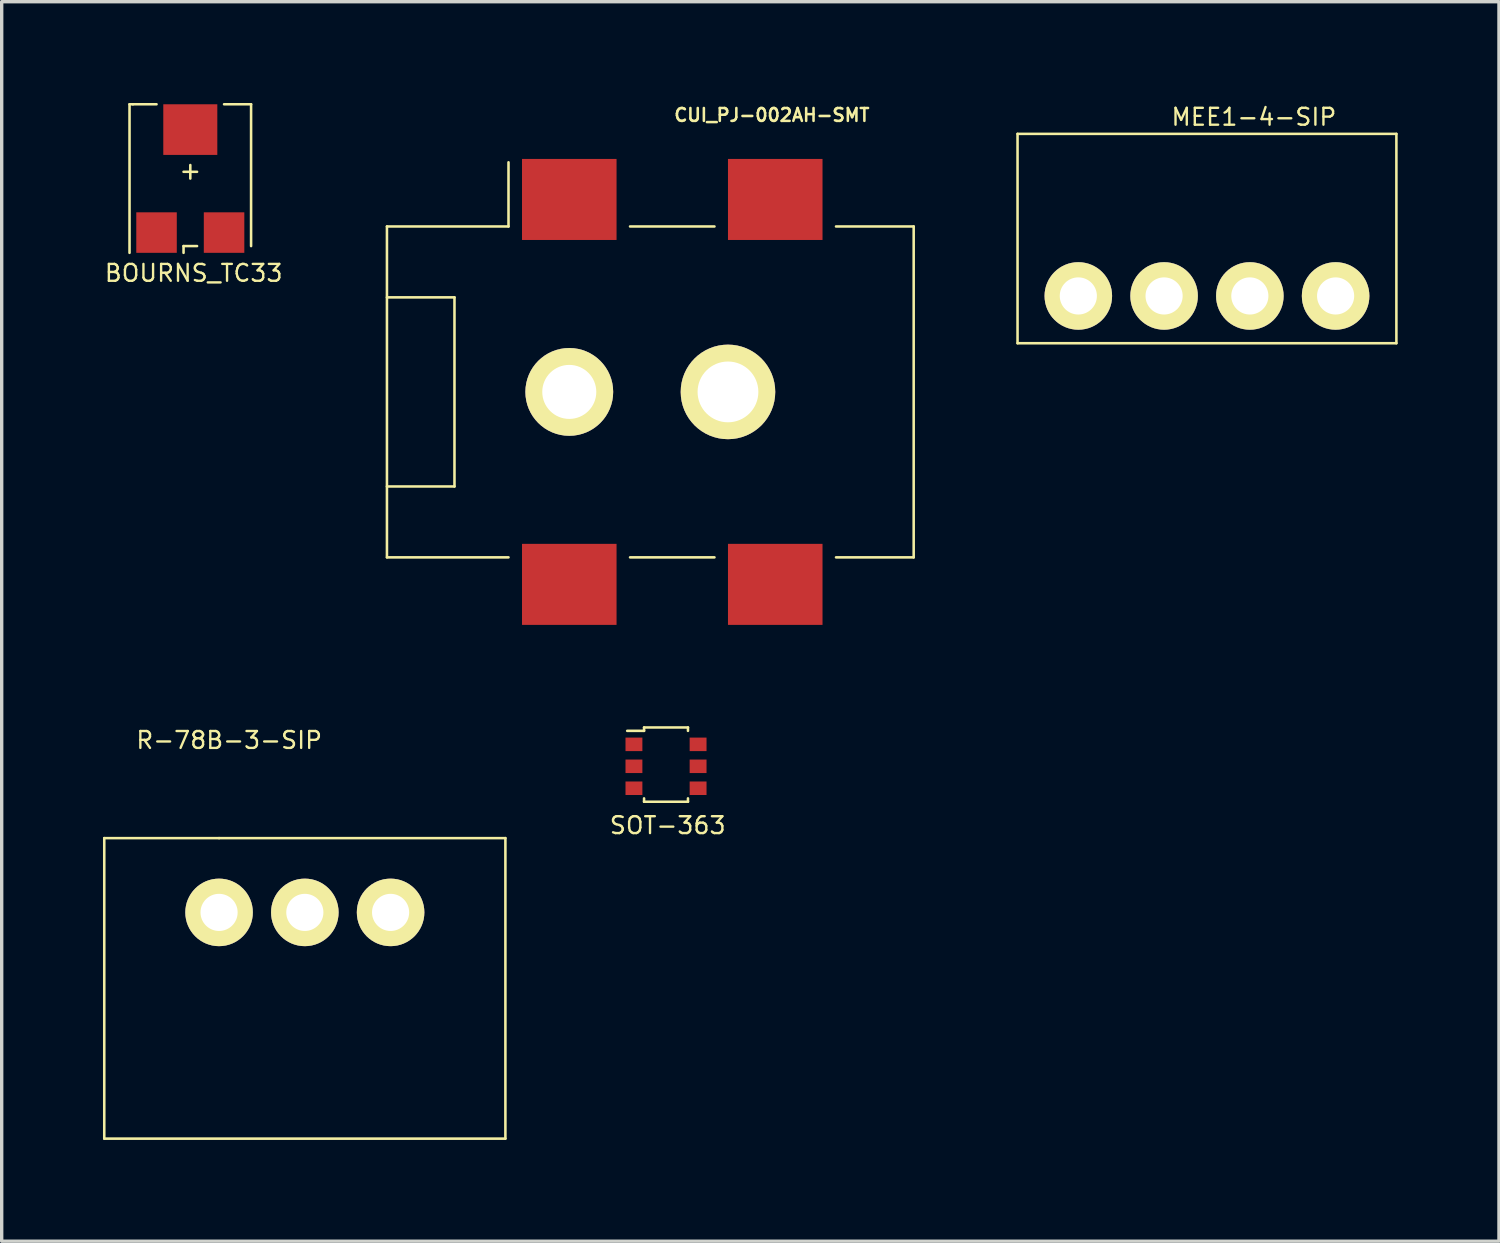
<source format=kicad_pcb>
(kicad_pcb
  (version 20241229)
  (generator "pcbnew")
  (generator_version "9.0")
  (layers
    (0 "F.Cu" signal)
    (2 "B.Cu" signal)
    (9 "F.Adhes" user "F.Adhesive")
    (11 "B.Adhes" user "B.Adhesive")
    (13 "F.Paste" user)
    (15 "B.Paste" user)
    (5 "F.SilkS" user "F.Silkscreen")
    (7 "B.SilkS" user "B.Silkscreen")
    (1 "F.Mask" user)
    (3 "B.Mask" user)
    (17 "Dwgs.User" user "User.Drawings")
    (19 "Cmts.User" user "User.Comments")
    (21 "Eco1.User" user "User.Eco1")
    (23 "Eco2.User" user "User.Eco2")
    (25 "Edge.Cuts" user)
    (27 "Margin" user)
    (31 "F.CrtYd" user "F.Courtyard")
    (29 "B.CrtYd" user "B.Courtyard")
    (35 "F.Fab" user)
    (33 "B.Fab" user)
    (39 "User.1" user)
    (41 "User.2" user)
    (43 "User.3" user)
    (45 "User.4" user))
  (footprint "CUI_PJ-002AH-SMT"
    (layer "F.Cu")
    (at 13.81 2.857)
    (property "Reference" "CUI_PJ-002AH-SMT" (at 6 -2.5 0) (layer "F.SilkS") (effects (font (size 0.381 0.381) (thickness 0.076))))
    (attr through_hole)
    (fp_line (start -5.4 0.8) (end -5.4 10.6) (stroke (width 0.076) (type solid)) (layer "F.SilkS"))
    (fp_line (start -5.4 2.9) (end -3.4 2.9) (stroke (width 0.076) (type solid)) (layer "F.SilkS"))
    (fp_line (start -5.4 10.6) (end -1.8 10.6) (stroke (width 0.076) (type solid)) (layer "F.SilkS"))
    (fp_line (start -3.4 2.9) (end -3.4 8.5) (stroke (width 0.076) (type solid)) (layer "F.SilkS"))
    (fp_line (start -3.4 8.5) (end -5.4 8.5) (stroke (width 0.076) (type solid)) (layer "F.SilkS"))
    (fp_line (start -1.8 0.8) (end -5.4 0.8) (stroke (width 0.076) (type solid)) (layer "F.SilkS"))
    (fp_line (start -1.8 0.8) (end -1.8 -1.1) (stroke (width 0.076) (type solid)) (layer "F.SilkS"))
    (fp_line (start 1.8 0.8) (end 4.3 0.8) (stroke (width 0.076) (type solid)) (layer "F.SilkS"))
    (fp_line (start 1.8 10.6) (end 4.3 10.6) (stroke (width 0.076) (type solid)) (layer "F.SilkS"))
    (fp_line (start 7.9 10.6) (end 10.2 10.6) (stroke (width 0.076) (type solid)) (layer "F.SilkS"))
    (fp_line (start 10.2 0.8) (end 7.9 0.8) (stroke (width 0.076) (type solid)) (layer "F.SilkS"))
    (fp_line (start 10.2 10.6) (end 10.2 0.8) (stroke (width 0.076) (type solid)) (layer "F.SilkS"))
    (pad "1" smd rect (at 0 0) (size 2.8 2.4) (layers "F.Cu" "F.Mask" "F.Paste"))
    (pad "1" smd rect (at 6.1 0) (size 2.8 2.4) (layers "F.Cu" "F.Mask" "F.Paste"))
    (pad "2" thru_hole circle (at 0 5.7) (size 2.6 2.6) (drill 1.6) (layers "*.Cu" "*.Mask" "F.SilkS"))
    (pad "2" smd rect (at 0 11.4) (size 2.8 2.4) (layers "F.Cu" "F.Mask" "F.Paste"))
    (pad "2" thru_hole circle (at 4.7 5.7) (size 2.8 2.8) (drill 1.8) (layers "*.Cu" "*.Mask" "F.SilkS"))
    (pad "3" smd rect (at 6.1 11.4) (size 2.8 2.4) (layers "F.Cu" "F.Mask" "F.Paste")))
  (footprint "SOT−363"
    (layer "F.Cu")
    (at 15.725 18.995)
    (property "Reference" "SOT−363" (at 1 2.4 0) (layer "F.SilkS") (effects (font (size 0.5 0.5) (thickness 0.07))))
    (attr through_hole)
    (fp_line (start -0.2 -0.4) (end 0.3 -0.4) (stroke (width 0.076) (type solid)) (layer "F.SilkS"))
    (fp_line (start 0.3 -0.5) (end 1.6 -0.5) (stroke (width 0.076) (type solid)) (layer "F.SilkS"))
    (fp_line (start 0.3 -0.4) (end 0.3 -0.5) (stroke (width 0.076) (type solid)) (layer "F.SilkS"))
    (fp_line (start 0.3 1.6) (end 0.3 1.7) (stroke (width 0.076) (type solid)) (layer "F.SilkS"))
    (fp_line (start 0.3 1.7) (end 1.6 1.7) (stroke (width 0.076) (type solid)) (layer "F.SilkS"))
    (fp_line (start 1.6 -0.5) (end 1.6 -0.4) (stroke (width 0.076) (type solid)) (layer "F.SilkS"))
    (fp_line (start 1.6 1.7) (end 1.6 1.6) (stroke (width 0.076) (type solid)) (layer "F.SilkS"))
    (pad "1" smd rect (at 0 0) (size 0.5 0.4) (layers "F.Cu" "F.Mask" "F.Paste"))
    (pad "2" smd rect (at 0 0.65) (size 0.5 0.4) (layers "F.Cu" "F.Mask" "F.Paste"))
    (pad "3" smd rect (at 0 1.3) (size 0.5 0.4) (layers "F.Cu" "F.Mask" "F.Paste"))
    (pad "4" smd rect (at 1.9 1.3) (size 0.5 0.4) (layers "F.Cu" "F.Mask" "F.Paste"))
    (pad "5" smd rect (at 1.9 0.65) (size 0.5 0.4) (layers "F.Cu" "F.Mask" "F.Paste"))
    (pad "6" smd rect (at 1.9 0) (size 0.5 0.4) (layers "F.Cu" "F.Mask" "F.Paste")))
  (footprint "R-78B-3-SIP"
    (layer "F.Cu")
    (at 3.438 23.972)
    (property "Reference" "R-78B-3-SIP" (at 0.3 -5.1 0) (layer "F.SilkS") (effects (font (size 0.5 0.5) (thickness 0.07))))
    (attr through_hole)
    (fp_line (start -3.4 -2.2) (end -3.4 6.7) (stroke (width 0.076) (type solid)) (layer "F.SilkS"))
    (fp_line (start -3.4 6.7) (end 8.48 6.7) (stroke (width 0.076) (type solid)) (layer "F.SilkS"))
    (fp_line (start 0 -2.2) (end -3.4 -2.2) (stroke (width 0.076) (type solid)) (layer "F.SilkS"))
    (fp_line (start 8.48 -2.2) (end 0 -2.2) (stroke (width 0.076) (type solid)) (layer "F.SilkS"))
    (fp_line (start 8.48 -2.2) (end 8.48 6.7) (stroke (width 0.076) (type solid)) (layer "F.SilkS"))
    (pad "1" thru_hole circle (at 0 0) (size 2 2) (drill 1.1) (layers "*.Cu" "*.Mask" "F.SilkS"))
    (pad "2" thru_hole circle (at 2.54 0) (size 2 2) (drill 1.1) (layers "*.Cu" "*.Mask" "F.SilkS"))
    (pad "3" thru_hole circle (at 5.08 0) (size 2 2) (drill 1.1) (layers "*.Cu" "*.Mask" "F.SilkS")))
  (footprint "MEE1-4-SIP"
    (layer "F.Cu")
    (at 28.886 5.715)
    (property "Reference" "MEE1-4-SIP" (at 5.2 -5.3 0) (layer "F.SilkS") (effects (font (size 0.5 0.5) (thickness 0.07))))
    (attr through_hole)
    (fp_line (start -1.8 1.4) (end -1.8 -4.8) (stroke (width 0.076) (type solid)) (layer "F.SilkS"))
    (fp_line (start -1.8 1.4) (end 9.42 1.4) (stroke (width 0.076) (type solid)) (layer "F.SilkS"))
    (fp_line (start 9.42 -4.8) (end -1.8 -4.8) (stroke (width 0.076) (type solid)) (layer "F.SilkS"))
    (fp_line (start 9.42 1.4) (end 9.42 -4.8) (stroke (width 0.076) (type solid)) (layer "F.SilkS"))
    (pad "1" thru_hole circle (at 0 0) (size 2 2) (drill 1.1) (layers "*.Cu" "*.Mask" "F.SilkS"))
    (pad "2" thru_hole circle (at 2.54 0) (size 2 2) (drill 1.1) (layers "*.Cu" "*.Mask" "F.SilkS"))
    (pad "3" thru_hole circle (at 5.08 0) (size 2 2) (drill 1.1) (layers "*.Cu" "*.Mask" "F.SilkS"))
    (pad "4" thru_hole circle (at 7.62 0) (size 2 2) (drill 1.1) (layers "*.Cu" "*.Mask" "F.SilkS")))
  (footprint "BOURNS_TC33"
    (layer "F.Cu")
    (at 2.586 2.038)
    (property "Reference" "BOURNS_TC33" (at 0.1 3 0) (layer "F.SilkS") (effects (font (size 0.5 0.5) (thickness 0.07))))
    (attr through_hole)
    (fp_line (start -1.8 -2) (end -1.8 2.4) (stroke (width 0.076) (type solid)) (layer "F.SilkS"))
    (fp_line (start -1.7 -2) (end -1.8 -2) (stroke (width 0.076) (type solid)) (layer "F.SilkS"))
    (fp_line (start -1 -2) (end -1.7 -2) (stroke (width 0.076) (type solid)) (layer "F.SilkS"))
    (fp_line (start -0.2 0) (end 0.2 0) (stroke (width 0.076) (type solid)) (layer "F.SilkS"))
    (fp_line (start -0.2 2.2) (end -0.2 2.4) (stroke (width 0.076) (type solid)) (layer "F.SilkS"))
    (fp_line (start -0.2 2.2) (end 0.2 2.2) (stroke (width 0.076) (type solid)) (layer "F.SilkS"))
    (fp_line (start 0 -0.2) (end 0 0.2) (stroke (width 0.076) (type solid)) (layer "F.SilkS"))
    (fp_line (start 1 -2) (end 1.8 -2) (stroke (width 0.076) (type solid)) (layer "F.SilkS"))
    (fp_line (start 1.8 -2) (end 1.8 2.2) (stroke (width 0.076) (type solid)) (layer "F.SilkS"))
    (pad "1" smd rect (at -1 1.8) (size 1.2 1.2) (layers "F.Cu" "F.Mask" "F.Paste"))
    (pad "2" smd rect (at 0 -1.25) (size 1.6 1.5) (layers "F.Cu" "F.Mask" "F.Paste"))
    (pad "3" smd rect (at 1 1.8) (size 1.2 1.2) (layers "F.Cu" "F.Mask" "F.Paste")))
  (gr_rect
    (start -3 -3)
    (end 41.344 33.71)
    (stroke (width 0.1) (type default))
    (fill no)
    (layer "Edge.Cuts")))
</source>
